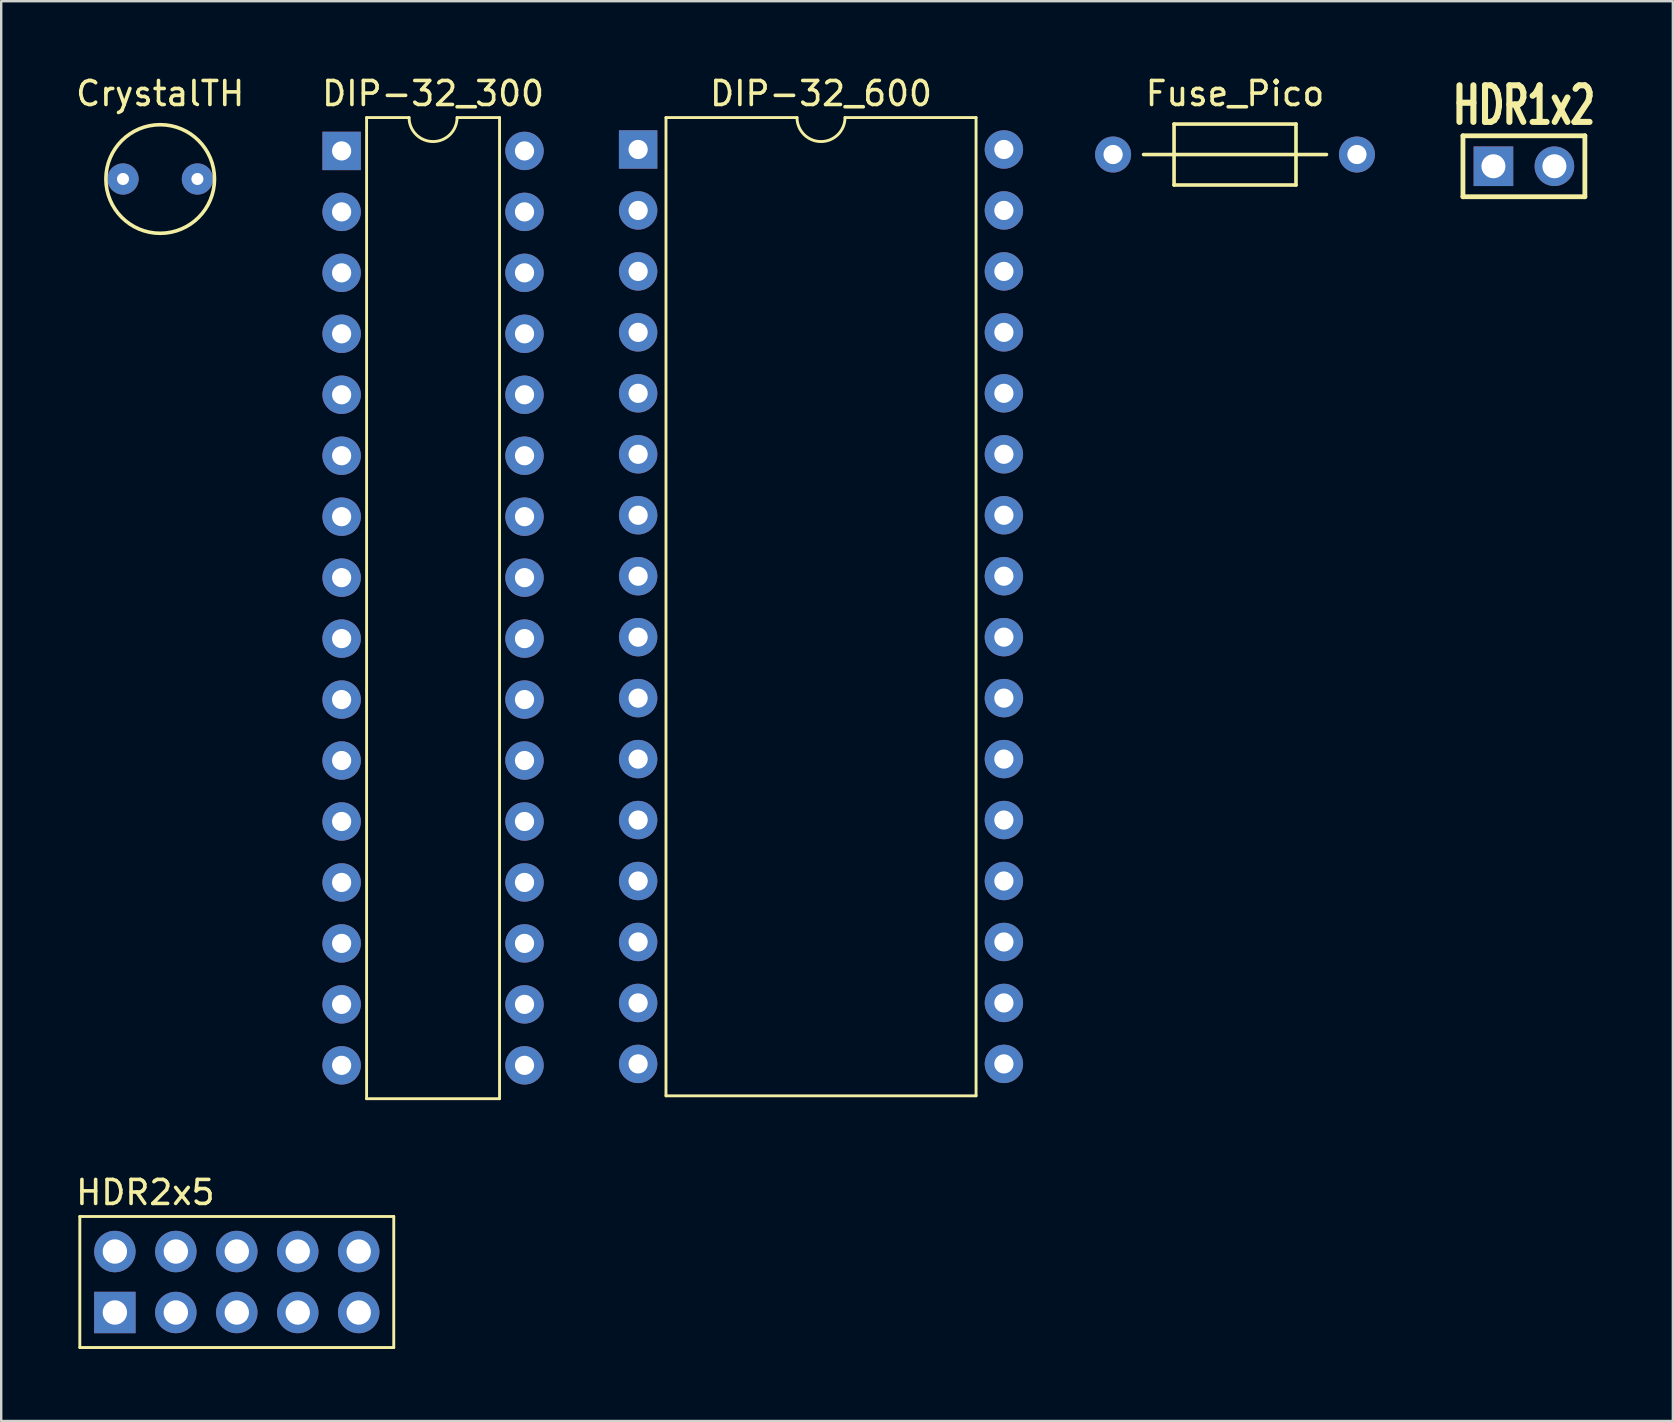
<source format=kicad_pcb>
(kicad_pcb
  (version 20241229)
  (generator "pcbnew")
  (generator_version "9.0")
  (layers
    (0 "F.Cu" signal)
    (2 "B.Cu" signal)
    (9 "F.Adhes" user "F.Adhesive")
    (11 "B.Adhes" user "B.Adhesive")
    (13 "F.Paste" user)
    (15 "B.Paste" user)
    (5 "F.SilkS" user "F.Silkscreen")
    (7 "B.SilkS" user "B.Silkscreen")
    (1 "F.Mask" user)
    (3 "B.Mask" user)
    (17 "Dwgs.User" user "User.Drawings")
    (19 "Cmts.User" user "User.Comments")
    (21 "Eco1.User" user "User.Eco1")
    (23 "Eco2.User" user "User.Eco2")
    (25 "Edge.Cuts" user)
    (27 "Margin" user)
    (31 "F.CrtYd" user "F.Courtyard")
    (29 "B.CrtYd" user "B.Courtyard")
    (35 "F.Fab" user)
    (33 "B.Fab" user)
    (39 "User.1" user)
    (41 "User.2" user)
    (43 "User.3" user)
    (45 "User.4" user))
  (footprint "DIP-32_600"
    (layer "F.Cu")
    (at 23.538 3.178)
    (property "Reference" "DIP-32_600" (at 7.62 -2.33 0) (layer "F.SilkS") (effects (font (size 1 1) (thickness 0.15))))
    (attr through_hole)
    (fp_line (start 1.16 -1.33) (end 1.16 39.43) (stroke (width 0.12) (type solid)) (layer "F.SilkS"))
    (fp_line (start 1.16 39.43) (end 14.08 39.43) (stroke (width 0.12) (type solid)) (layer "F.SilkS"))
    (fp_line (start 6.62 -1.33) (end 1.16 -1.33) (stroke (width 0.12) (type solid)) (layer "F.SilkS"))
    (fp_line (start 14.08 -1.33) (end 8.62 -1.33) (stroke (width 0.12) (type solid)) (layer "F.SilkS"))
    (fp_line (start 14.08 39.43) (end 14.08 -1.33) (stroke (width 0.12) (type solid)) (layer "F.SilkS"))
    (fp_arc (start 8.62 -1.33) (mid 7.62 -0.33) (end 6.62 -1.33) (stroke (width 0.12) (type solid)) (layer "F.SilkS"))
    (pad "1" thru_hole rect (at 0 0) (size 1.6 1.6) (drill 0.8) (layers "*.Cu" "*.Mask"))
    (pad "2" thru_hole oval (at 0 2.54) (size 1.6 1.6) (drill 0.8) (layers "*.Cu" "*.Mask"))
    (pad "3" thru_hole oval (at 0 5.08) (size 1.6 1.6) (drill 0.8) (layers "*.Cu" "*.Mask"))
    (pad "4" thru_hole oval (at 0 7.62) (size 1.6 1.6) (drill 0.8) (layers "*.Cu" "*.Mask"))
    (pad "5" thru_hole oval (at 0 10.16) (size 1.6 1.6) (drill 0.8) (layers "*.Cu" "*.Mask"))
    (pad "6" thru_hole oval (at 0 12.7) (size 1.6 1.6) (drill 0.8) (layers "*.Cu" "*.Mask"))
    (pad "7" thru_hole oval (at 0 15.24) (size 1.6 1.6) (drill 0.8) (layers "*.Cu" "*.Mask"))
    (pad "8" thru_hole oval (at 0 17.78) (size 1.6 1.6) (drill 0.8) (layers "*.Cu" "*.Mask"))
    (pad "9" thru_hole oval (at 0 20.32) (size 1.6 1.6) (drill 0.8) (layers "*.Cu" "*.Mask"))
    (pad "10" thru_hole oval (at 0 22.86) (size 1.6 1.6) (drill 0.8) (layers "*.Cu" "*.Mask"))
    (pad "11" thru_hole oval (at 0 25.4) (size 1.6 1.6) (drill 0.8) (layers "*.Cu" "*.Mask"))
    (pad "12" thru_hole oval (at 0 27.94) (size 1.6 1.6) (drill 0.8) (layers "*.Cu" "*.Mask"))
    (pad "13" thru_hole oval (at 0 30.48) (size 1.6 1.6) (drill 0.8) (layers "*.Cu" "*.Mask"))
    (pad "14" thru_hole oval (at 0 33.02) (size 1.6 1.6) (drill 0.8) (layers "*.Cu" "*.Mask"))
    (pad "15" thru_hole oval (at 0 35.56) (size 1.6 1.6) (drill 0.8) (layers "*.Cu" "*.Mask"))
    (pad "16" thru_hole oval (at 0 38.1) (size 1.6 1.6) (drill 0.8) (layers "*.Cu" "*.Mask"))
    (pad "17" thru_hole oval (at 15.24 38.1) (size 1.6 1.6) (drill 0.8) (layers "*.Cu" "*.Mask"))
    (pad "18" thru_hole oval (at 15.24 35.56) (size 1.6 1.6) (drill 0.8) (layers "*.Cu" "*.Mask"))
    (pad "19" thru_hole oval (at 15.24 33.02) (size 1.6 1.6) (drill 0.8) (layers "*.Cu" "*.Mask"))
    (pad "20" thru_hole oval (at 15.24 30.48) (size 1.6 1.6) (drill 0.8) (layers "*.Cu" "*.Mask"))
    (pad "21" thru_hole oval (at 15.24 27.94) (size 1.6 1.6) (drill 0.8) (layers "*.Cu" "*.Mask"))
    (pad "22" thru_hole oval (at 15.24 25.4) (size 1.6 1.6) (drill 0.8) (layers "*.Cu" "*.Mask"))
    (pad "23" thru_hole oval (at 15.24 22.86) (size 1.6 1.6) (drill 0.8) (layers "*.Cu" "*.Mask"))
    (pad "24" thru_hole oval (at 15.24 20.32) (size 1.6 1.6) (drill 0.8) (layers "*.Cu" "*.Mask"))
    (pad "25" thru_hole oval (at 15.24 17.78) (size 1.6 1.6) (drill 0.8) (layers "*.Cu" "*.Mask"))
    (pad "26" thru_hole oval (at 15.24 15.24) (size 1.6 1.6) (drill 0.8) (layers "*.Cu" "*.Mask"))
    (pad "27" thru_hole oval (at 15.24 12.7) (size 1.6 1.6) (drill 0.8) (layers "*.Cu" "*.Mask"))
    (pad "28" thru_hole oval (at 15.24 10.16) (size 1.6 1.6) (drill 0.8) (layers "*.Cu" "*.Mask"))
    (pad "29" thru_hole oval (at 15.24 7.62) (size 1.6 1.6) (drill 0.8) (layers "*.Cu" "*.Mask"))
    (pad "30" thru_hole oval (at 15.24 5.08) (size 1.6 1.6) (drill 0.8) (layers "*.Cu" "*.Mask"))
    (pad "31" thru_hole oval (at 15.24 2.54) (size 1.6 1.6) (drill 0.8) (layers "*.Cu" "*.Mask"))
    (pad "32" thru_hole oval (at 15.24 0) (size 1.6 1.6) (drill 0.8) (layers "*.Cu" "*.Mask")))
  (footprint "CrystalTH"
    (layer "F.Cu")
    (at 3.625 4.408)
    (property "Reference" "CrystalTH" (at 0 -3.56 0) (layer "F.SilkS") (effects (font (size 1 1) (thickness 0.15))))
    (attr through_hole)
    (fp_arc (start 1.6 -1.6) (mid -1.6 1.6) (end 1.6 -1.6) (stroke (width 0.15) (type solid)) (layer "F.SilkS"))
    (pad "1" thru_hole circle (at -1.55 0 90) (size 1.3 1.3) (drill 0.5) (layers "*.Cu" "*.Mask"))
    (pad "2" thru_hole circle (at 1.55 0 90) (size 1.3 1.3) (drill 0.5) (layers "*.Cu" "*.Mask")))
  (footprint "HDR1x2"
    (layer "F.Cu")
    (at 59.175 3.877)
    (property "Reference" "HDR1x2" (at 1.27 -2.54 0) (layer "F.SilkS") (effects (font (size 1.524 1.016) (thickness 0.254))))
    (attr through_hole)
    (fp_line (start -1.27 -1.27) (end 3.81 -1.27) (stroke (width 0.2) (type solid)) (layer "F.SilkS"))
    (fp_line (start -1.27 1.27) (end -1.27 -1.27) (stroke (width 0.2) (type solid)) (layer "F.SilkS"))
    (fp_line (start 3.81 -1.27) (end 3.81 1.27) (stroke (width 0.2) (type solid)) (layer "F.SilkS"))
    (fp_line (start 3.81 1.27) (end -1.27 1.27) (stroke (width 0.2) (type solid)) (layer "F.SilkS"))
    (pad "1" thru_hole rect (at 0 0) (size 1.65 1.65) (drill 1) (layers "*.Cu" "*.Mask"))
    (pad "2" thru_hole circle (at 2.54 0) (size 1.65 1.65) (drill 1) (layers "*.Cu" "*.Mask")))
  (footprint "HDR2x5"
    (layer "F.Cu")
    (at 1.736 51.636)
    (property "Reference" "HDR2x5" (at 1.27 -5 0) (layer "F.SilkS") (effects (font (size 1 1) (thickness 0.15))))
    (attr through_hole)
    (fp_line (start -1.46 -4) (end 11.62 -4) (stroke (width 0.12) (type solid)) (layer "F.SilkS"))
    (fp_line (start -1.46 1.46) (end -1.46 -4) (stroke (width 0.12) (type solid)) (layer "F.SilkS"))
    (fp_line (start 11.62 -4) (end 11.62 1.46) (stroke (width 0.12) (type solid)) (layer "F.SilkS"))
    (fp_line (start 11.62 1.46) (end -1.46 1.46) (stroke (width 0.12) (type solid)) (layer "F.SilkS"))
    (pad "1" thru_hole rect (at 0 0) (size 1.727 1.727) (drill 1.016) (layers "*.Cu" "*.Mask"))
    (pad "2" thru_hole oval (at 0 -2.54) (size 1.727 1.727) (drill 1.016) (layers "*.Cu" "*.Mask"))
    (pad "3" thru_hole oval (at 2.54 0) (size 1.727 1.727) (drill 1.016) (layers "*.Cu" "*.Mask"))
    (pad "4" thru_hole oval (at 2.54 -2.54) (size 1.727 1.727) (drill 1.016) (layers "*.Cu" "*.Mask"))
    (pad "5" thru_hole oval (at 5.08 0) (size 1.727 1.727) (drill 1.016) (layers "*.Cu" "*.Mask"))
    (pad "6" thru_hole oval (at 5.08 -2.54) (size 1.727 1.727) (drill 1.016) (layers "*.Cu" "*.Mask"))
    (pad "7" thru_hole oval (at 7.62 0) (size 1.727 1.727) (drill 1.016) (layers "*.Cu" "*.Mask"))
    (pad "8" thru_hole oval (at 7.62 -2.54) (size 1.727 1.727) (drill 1.016) (layers "*.Cu" "*.Mask"))
    (pad "9" thru_hole oval (at 10.16 0) (size 1.727 1.727) (drill 1.016) (layers "*.Cu" "*.Mask"))
    (pad "10" thru_hole oval (at 10.16 -2.54) (size 1.727 1.727) (drill 1.016) (layers "*.Cu" "*.Mask")))
  (footprint "DIP-32_300"
    (layer "F.Cu")
    (at 11.184 3.238)
    (property "Reference" "DIP-32_300" (at 3.81 -2.39 0) (layer "F.SilkS") (effects (font (size 1 1) (thickness 0.15))))
    (attr through_hole)
    (fp_line (start 1.04 -1.39) (end 1.04 39.49) (stroke (width 0.12) (type solid)) (layer "F.SilkS"))
    (fp_line (start 1.04 39.49) (end 6.58 39.49) (stroke (width 0.12) (type solid)) (layer "F.SilkS"))
    (fp_line (start 2.81 -1.39) (end 1.04 -1.39) (stroke (width 0.12) (type solid)) (layer "F.SilkS"))
    (fp_line (start 6.58 -1.39) (end 4.81 -1.39) (stroke (width 0.12) (type solid)) (layer "F.SilkS"))
    (fp_line (start 6.58 39.49) (end 6.58 -1.39) (stroke (width 0.12) (type solid)) (layer "F.SilkS"))
    (fp_arc (start 4.81 -1.39) (mid 3.81 -0.39) (end 2.81 -1.39) (stroke (width 0.12) (type solid)) (layer "F.SilkS"))
    (pad "1" thru_hole rect (at 0 0) (size 1.6 1.6) (drill 0.8) (layers "*.Cu" "*.Mask"))
    (pad "2" thru_hole oval (at 0 2.54) (size 1.6 1.6) (drill 0.8) (layers "*.Cu" "*.Mask"))
    (pad "3" thru_hole oval (at 0 5.08) (size 1.6 1.6) (drill 0.8) (layers "*.Cu" "*.Mask"))
    (pad "4" thru_hole oval (at 0 7.62) (size 1.6 1.6) (drill 0.8) (layers "*.Cu" "*.Mask"))
    (pad "5" thru_hole oval (at 0 10.16) (size 1.6 1.6) (drill 0.8) (layers "*.Cu" "*.Mask"))
    (pad "6" thru_hole oval (at 0 12.7) (size 1.6 1.6) (drill 0.8) (layers "*.Cu" "*.Mask"))
    (pad "7" thru_hole oval (at 0 15.24) (size 1.6 1.6) (drill 0.8) (layers "*.Cu" "*.Mask"))
    (pad "8" thru_hole oval (at 0 17.78) (size 1.6 1.6) (drill 0.8) (layers "*.Cu" "*.Mask"))
    (pad "9" thru_hole oval (at 0 20.32) (size 1.6 1.6) (drill 0.8) (layers "*.Cu" "*.Mask"))
    (pad "10" thru_hole oval (at 0 22.86) (size 1.6 1.6) (drill 0.8) (layers "*.Cu" "*.Mask"))
    (pad "11" thru_hole oval (at 0 25.4) (size 1.6 1.6) (drill 0.8) (layers "*.Cu" "*.Mask"))
    (pad "12" thru_hole oval (at 0 27.94) (size 1.6 1.6) (drill 0.8) (layers "*.Cu" "*.Mask"))
    (pad "13" thru_hole oval (at 0 30.48) (size 1.6 1.6) (drill 0.8) (layers "*.Cu" "*.Mask"))
    (pad "14" thru_hole oval (at 0 33.02) (size 1.6 1.6) (drill 0.8) (layers "*.Cu" "*.Mask"))
    (pad "15" thru_hole oval (at 0 35.56) (size 1.6 1.6) (drill 0.8) (layers "*.Cu" "*.Mask"))
    (pad "16" thru_hole oval (at 0 38.1) (size 1.6 1.6) (drill 0.8) (layers "*.Cu" "*.Mask"))
    (pad "17" thru_hole oval (at 7.62 38.1) (size 1.6 1.6) (drill 0.8) (layers "*.Cu" "*.Mask"))
    (pad "18" thru_hole oval (at 7.62 35.56) (size 1.6 1.6) (drill 0.8) (layers "*.Cu" "*.Mask"))
    (pad "19" thru_hole oval (at 7.62 33.02) (size 1.6 1.6) (drill 0.8) (layers "*.Cu" "*.Mask"))
    (pad "20" thru_hole oval (at 7.62 30.48) (size 1.6 1.6) (drill 0.8) (layers "*.Cu" "*.Mask"))
    (pad "21" thru_hole oval (at 7.62 27.94) (size 1.6 1.6) (drill 0.8) (layers "*.Cu" "*.Mask"))
    (pad "22" thru_hole oval (at 7.62 25.4) (size 1.6 1.6) (drill 0.8) (layers "*.Cu" "*.Mask"))
    (pad "23" thru_hole oval (at 7.62 22.86) (size 1.6 1.6) (drill 0.8) (layers "*.Cu" "*.Mask"))
    (pad "24" thru_hole oval (at 7.62 20.32) (size 1.6 1.6) (drill 0.8) (layers "*.Cu" "*.Mask"))
    (pad "25" thru_hole oval (at 7.62 17.78) (size 1.6 1.6) (drill 0.8) (layers "*.Cu" "*.Mask"))
    (pad "26" thru_hole oval (at 7.62 15.24) (size 1.6 1.6) (drill 0.8) (layers "*.Cu" "*.Mask"))
    (pad "27" thru_hole oval (at 7.62 12.7) (size 1.6 1.6) (drill 0.8) (layers "*.Cu" "*.Mask"))
    (pad "28" thru_hole oval (at 7.62 10.16) (size 1.6 1.6) (drill 0.8) (layers "*.Cu" "*.Mask"))
    (pad "29" thru_hole oval (at 7.62 7.62) (size 1.6 1.6) (drill 0.8) (layers "*.Cu" "*.Mask"))
    (pad "30" thru_hole oval (at 7.62 5.08) (size 1.6 1.6) (drill 0.8) (layers "*.Cu" "*.Mask"))
    (pad "31" thru_hole oval (at 7.62 2.54) (size 1.6 1.6) (drill 0.8) (layers "*.Cu" "*.Mask"))
    (pad "32" thru_hole oval (at 7.62 0) (size 1.6 1.6) (drill 0.8) (layers "*.Cu" "*.Mask")))
  (footprint "Fuse_Pico"
    (layer "F.Cu")
    (at 48.408 3.388)
    (property "Reference" "Fuse_Pico" (at 0 -2.54 0) (layer "F.SilkS") (effects (font (size 1 1) (thickness 0.15))))
    (attr through_hole)
    (fp_line (start -2.54 -1.27) (end 2.54 -1.27) (stroke (width 0.15) (type solid)) (layer "F.SilkS"))
    (fp_line (start -2.54 1.27) (end -2.54 -1.27) (stroke (width 0.15) (type solid)) (layer "F.SilkS"))
    (fp_line (start 2.54 -1.27) (end 2.54 1.27) (stroke (width 0.15) (type solid)) (layer "F.SilkS"))
    (fp_line (start 2.54 1.27) (end -2.54 1.27) (stroke (width 0.15) (type solid)) (layer "F.SilkS"))
    (fp_line (start 3.81 0) (end -3.81 0) (stroke (width 0.15) (type solid)) (layer "F.SilkS"))
    (pad "1" thru_hole circle (at -5.08 0) (size 1.5 1.5) (drill 0.8) (layers "*.Cu" "*.Mask"))
    (pad "2" thru_hole circle (at 5.08 0) (size 1.5 1.5) (drill 0.8) (layers "*.Cu" "*.Mask")))
  (gr_rect
    (start -3 -3)
    (end 66.651 56.157)
    (stroke (width 0.1) (type default))
    (fill no)
    (layer "Edge.Cuts")))
</source>
